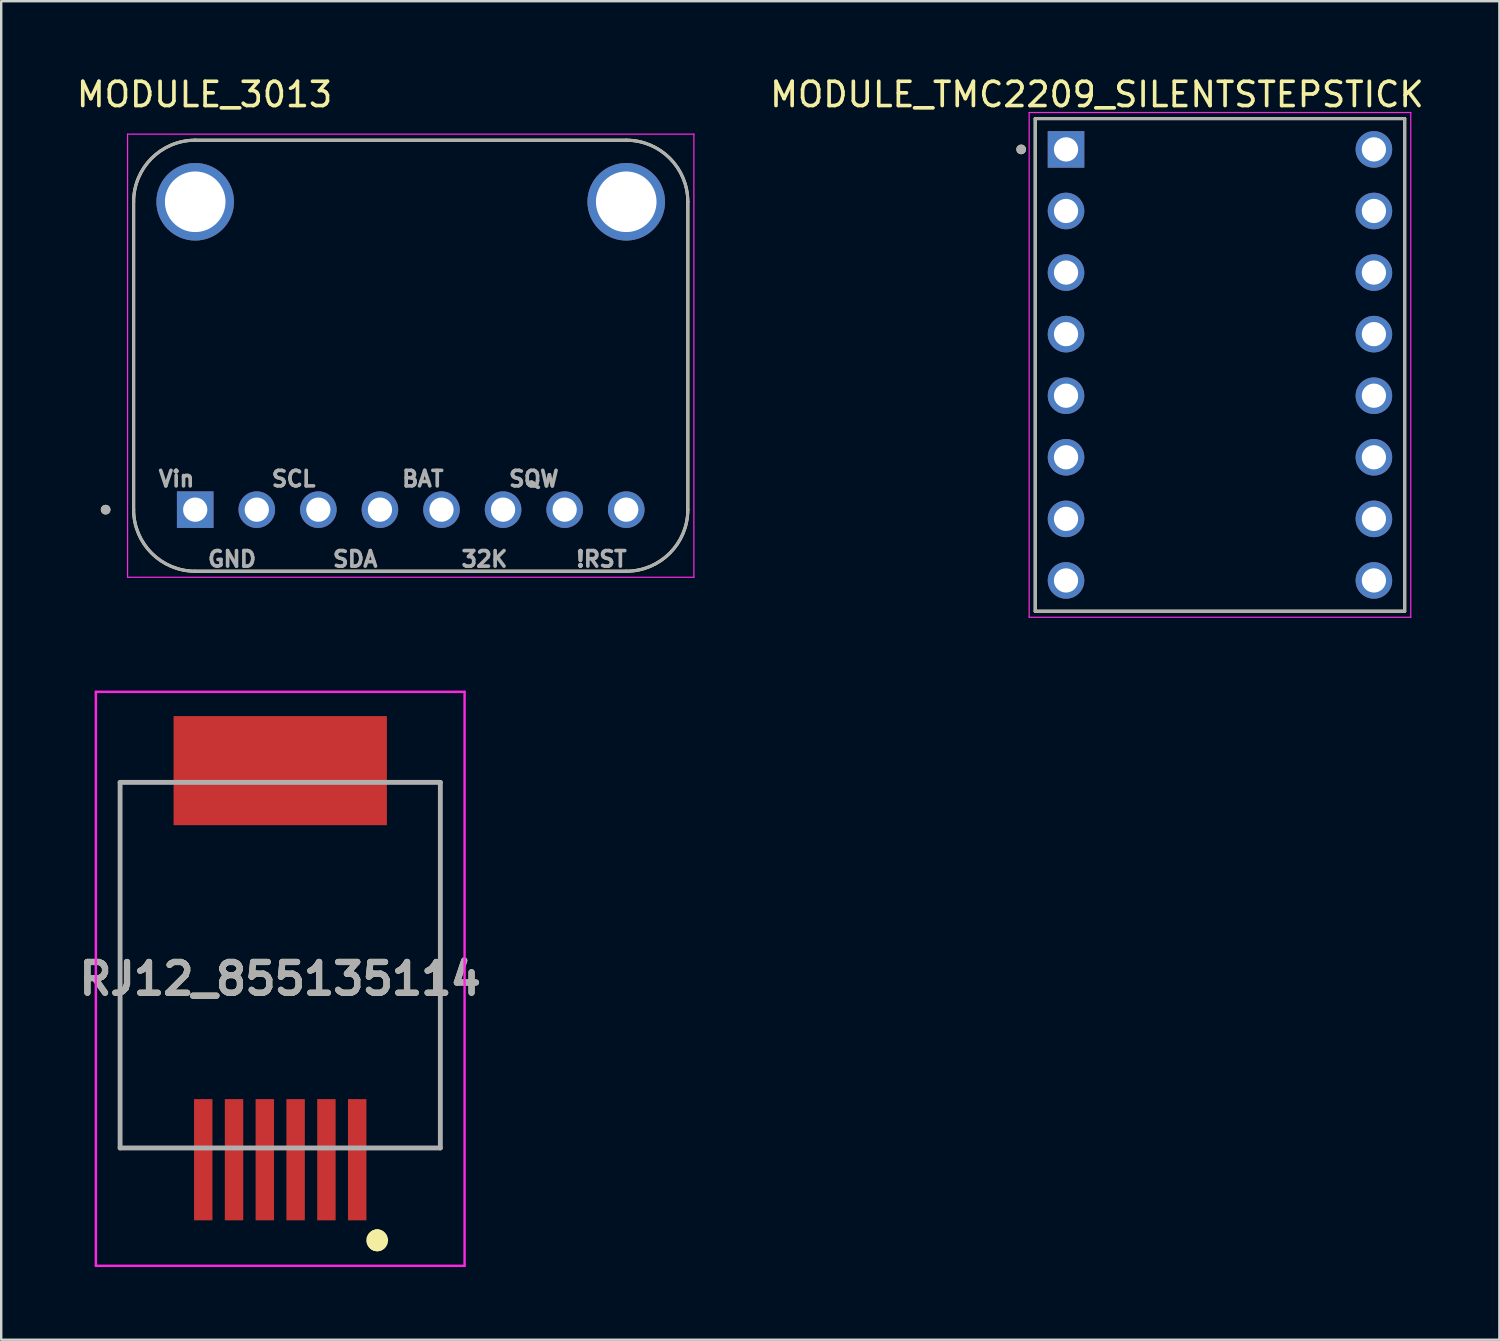
<source format=kicad_pcb>
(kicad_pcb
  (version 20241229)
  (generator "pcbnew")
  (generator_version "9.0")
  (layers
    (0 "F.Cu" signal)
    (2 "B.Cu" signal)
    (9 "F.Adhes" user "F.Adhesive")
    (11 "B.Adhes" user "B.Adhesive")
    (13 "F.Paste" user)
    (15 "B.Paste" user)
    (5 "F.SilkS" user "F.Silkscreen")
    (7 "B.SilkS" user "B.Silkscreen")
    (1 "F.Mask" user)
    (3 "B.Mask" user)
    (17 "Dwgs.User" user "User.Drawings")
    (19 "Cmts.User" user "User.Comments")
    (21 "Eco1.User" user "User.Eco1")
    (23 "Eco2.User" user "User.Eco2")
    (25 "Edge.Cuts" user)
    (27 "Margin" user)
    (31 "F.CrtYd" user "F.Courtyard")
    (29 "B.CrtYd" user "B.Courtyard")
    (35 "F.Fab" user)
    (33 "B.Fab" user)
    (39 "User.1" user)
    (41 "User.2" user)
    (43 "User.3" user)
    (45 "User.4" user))
  (footprint "MODULE_3013"
    (layer "F.Cu")
    (at 13.892 11.623)
    (property "Reference" "MODULE_3013" (at -8.505 -10.775 0) (layer "F.SilkS") (effects (font (size 1 1) (thickness 0.15))))
    (attr through_hole)
    (fp_line (start -11.43 6.35) (end -11.43 -6.35) (stroke (width 0.127) (type solid)) (layer "F.SilkS"))
    (fp_line (start -8.89 -8.89) (end 8.89 -8.89) (stroke (width 0.127) (type solid)) (layer "F.SilkS"))
    (fp_line (start 8.89 8.89) (end -8.89 8.89) (stroke (width 0.127) (type solid)) (layer "F.SilkS"))
    (fp_line (start 11.43 -6.35) (end 11.43 6.35) (stroke (width 0.127) (type solid)) (layer "F.SilkS"))
    (fp_arc (start -11.43 -6.35) (mid -10.686051 -8.146051) (end -8.89 -8.89) (stroke (width 0.127) (type solid)) (layer "F.SilkS"))
    (fp_arc (start -8.89 8.89) (mid -10.686051 8.146051) (end -11.43 6.35) (stroke (width 0.127) (type solid)) (layer "F.SilkS"))
    (fp_arc (start 8.89 -8.89) (mid 10.686051 -8.146051) (end 11.43 -6.35) (stroke (width 0.127) (type solid)) (layer "F.SilkS"))
    (fp_arc (start 11.43 6.35) (mid 10.686051 8.146051) (end 8.89 8.89) (stroke (width 0.127) (type solid)) (layer "F.SilkS"))
    (fp_circle (center -12.585 6.35) (end -12.485 6.35) (stroke (width 0.2) (type solid)) (fill no) (layer "F.SilkS"))
    (fp_line (start -11.68 -9.14) (end -11.68 9.14) (stroke (width 0.05) (type solid)) (layer "F.CrtYd"))
    (fp_line (start -11.68 9.14) (end 11.68 9.14) (stroke (width 0.05) (type solid)) (layer "F.CrtYd"))
    (fp_line (start 11.68 -9.14) (end -11.68 -9.14) (stroke (width 0.05) (type solid)) (layer "F.CrtYd"))
    (fp_line (start 11.68 9.14) (end 11.68 -9.14) (stroke (width 0.05) (type solid)) (layer "F.CrtYd"))
    (fp_line (start -11.43 6.35) (end -11.43 -6.35) (stroke (width 0.127) (type solid)) (layer "F.Fab"))
    (fp_line (start -8.89 -8.89) (end 8.89 -8.89) (stroke (width 0.127) (type solid)) (layer "F.Fab"))
    (fp_line (start 8.89 8.89) (end -8.89 8.89) (stroke (width 0.127) (type solid)) (layer "F.Fab"))
    (fp_line (start 11.43 -6.35) (end 11.43 6.35) (stroke (width 0.127) (type solid)) (layer "F.Fab"))
    (fp_arc (start -11.43 -6.35) (mid -10.686051 -8.146051) (end -8.89 -8.89) (stroke (width 0.127) (type solid)) (layer "F.Fab"))
    (fp_arc (start -8.89 8.89) (mid -10.686051 8.146051) (end -11.43 6.35) (stroke (width 0.127) (type solid)) (layer "F.Fab"))
    (fp_arc (start 8.89 -8.89) (mid 10.686051 -8.146051) (end 11.43 -6.35) (stroke (width 0.127) (type solid)) (layer "F.Fab"))
    (fp_arc (start 11.43 6.35) (mid 10.686051 8.146051) (end 8.89 8.89) (stroke (width 0.127) (type solid)) (layer "F.Fab"))
    (fp_circle (center -12.585 6.35) (end -12.485 6.35) (stroke (width 0.2) (type solid)) (fill no) (layer "F.Fab"))
    (fp_text user "SDA" (at -2.29 8.39 0) (layer "F.Fab") (effects (font (size 0.64 0.64) (thickness 0.15))))
    (fp_text user "SQW" (at 5.08 5.08 0) (layer "F.Fab") (effects (font (size 0.64 0.64) (thickness 0.15))))
    (fp_text user "!RST" (at 7.87 8.39 0) (layer "F.Fab") (effects (font (size 0.64 0.64) (thickness 0.15))))
    (fp_text user "BAT" (at 0.5 5.08 0) (layer "F.Fab") (effects (font (size 0.64 0.64) (thickness 0.15))))
    (fp_text user "32K" (at 3.04 8.39 0) (layer "F.Fab") (effects (font (size 0.64 0.64) (thickness 0.15))))
    (fp_text user "Vin" (at -9.66 5.08 0) (layer "F.Fab") (effects (font (size 0.64 0.64) (thickness 0.15))))
    (fp_text user "GND" (at -7.37 8.39 0) (layer "F.Fab") (effects (font (size 0.64 0.64) (thickness 0.15))))
    (fp_text user "SCL" (at -4.83 5.08 0) (layer "F.Fab") (effects (font (size 0.64 0.64) (thickness 0.15))))
    (pad "1" thru_hole rect (at -8.89 6.35) (size 1.508 1.508) (drill 1) (layers "*.Cu" "*.Mask"))
    (pad "2" thru_hole circle (at -6.35 6.35) (size 1.508 1.508) (drill 1) (layers "*.Cu" "*.Mask"))
    (pad "3" thru_hole circle (at -3.81 6.35) (size 1.508 1.508) (drill 1) (layers "*.Cu" "*.Mask"))
    (pad "4" thru_hole circle (at -1.27 6.35) (size 1.508 1.508) (drill 1) (layers "*.Cu" "*.Mask"))
    (pad "5" thru_hole circle (at 1.27 6.35) (size 1.508 1.508) (drill 1) (layers "*.Cu" "*.Mask"))
    (pad "6" thru_hole circle (at 3.81 6.35) (size 1.508 1.508) (drill 1) (layers "*.Cu" "*.Mask"))
    (pad "7" thru_hole circle (at 6.35 6.35) (size 1.508 1.508) (drill 1) (layers "*.Cu" "*.Mask"))
    (pad "8" thru_hole circle (at 8.89 6.35) (size 1.508 1.508) (drill 1) (layers "*.Cu" "*.Mask"))
    (pad "SH1" thru_hole circle (at -8.89 -6.35) (size 3.2 3.2) (drill 2.5) (layers "*.Cu" "*.Mask"))
    (pad "SH2" thru_hole circle (at 8.89 -6.35) (size 3.2 3.2) (drill 2.5) (layers "*.Cu" "*.Mask")))
  (footprint "RJ12_855135114"
    (layer "F.Cu")
    (at 8.509 36.763)
    (property "Reference" "RJ12_855135114" (at 0 0.563 0) (layer "F.SilkS") (effects (font (size 1.27 1.27) (thickness 0.254))))
    (attr smd)
    (fp_line (start -6.605 -7.54) (end -6.605 7.54) (stroke (width 0.1) (type solid)) (layer "F.SilkS"))
    (fp_line (start -6.605 7.54) (end -4 7.54) (stroke (width 0.1) (type solid)) (layer "F.SilkS"))
    (fp_line (start -5 -7.54) (end -6.605 -7.54) (stroke (width 0.1) (type solid)) (layer "F.SilkS"))
    (fp_line (start 4 11.3) (end 4 11.3) (stroke (width 0.8) (type solid)) (layer "F.SilkS"))
    (fp_line (start 4 11.4) (end 4 11.4) (stroke (width 0.8) (type solid)) (layer "F.SilkS"))
    (fp_line (start 5 -7.54) (end 6.605 -7.54) (stroke (width 0.1) (type solid)) (layer "F.SilkS"))
    (fp_line (start 6.605 -7.54) (end 6.605 7.54) (stroke (width 0.1) (type solid)) (layer "F.SilkS"))
    (fp_line (start 6.605 7.54) (end 4 7.54) (stroke (width 0.1) (type solid)) (layer "F.SilkS"))
    (fp_arc (start 4 11.3) (mid 4.05 11.35) (end 4 11.4) (stroke (width 0.8) (type solid)) (layer "F.SilkS"))
    (fp_arc (start 4 11.4) (mid 3.95 11.35) (end 4 11.3) (stroke (width 0.8) (type solid)) (layer "F.SilkS"))
    (fp_line (start -7.605 -11.275) (end 7.605 -11.275) (stroke (width 0.1) (type solid)) (layer "F.CrtYd"))
    (fp_line (start -7.605 12.4) (end -7.605 -11.275) (stroke (width 0.1) (type solid)) (layer "F.CrtYd"))
    (fp_line (start 7.605 -11.275) (end 7.605 12.4) (stroke (width 0.1) (type solid)) (layer "F.CrtYd"))
    (fp_line (start 7.605 12.4) (end -7.605 12.4) (stroke (width 0.1) (type solid)) (layer "F.CrtYd"))
    (fp_line (start -6.605 -7.54) (end 6.605 -7.54) (stroke (width 0.2) (type solid)) (layer "F.Fab"))
    (fp_line (start -6.605 7.54) (end -6.605 -7.54) (stroke (width 0.2) (type solid)) (layer "F.Fab"))
    (fp_line (start 6.605 -7.54) (end 6.605 7.54) (stroke (width 0.2) (type solid)) (layer "F.Fab"))
    (fp_line (start 6.605 7.54) (end -6.605 7.54) (stroke (width 0.2) (type solid)) (layer "F.Fab"))
    (fp_text user "${REFERENCE}" (at 0 0.563 0) (layer "F.Fab") (effects (font (size 1.27 1.27) (thickness 0.254))))
    (pad "1" smd rect (at 3.175 8.025) (size 0.76 5) (layers "F.Cu" "F.Mask" "F.Paste"))
    (pad "2" smd rect (at 1.905 8.025) (size 0.76 5) (layers "F.Cu" "F.Mask" "F.Paste"))
    (pad "3" smd rect (at 0.635 8.025) (size 0.76 5) (layers "F.Cu" "F.Mask" "F.Paste"))
    (pad "4" smd rect (at -0.635 8.025) (size 0.76 5) (layers "F.Cu" "F.Mask" "F.Paste"))
    (pad "5" smd rect (at -1.905 8.025) (size 0.76 5) (layers "F.Cu" "F.Mask" "F.Paste"))
    (pad "6" smd rect (at -3.175 8.025) (size 0.76 5) (layers "F.Cu" "F.Mask" "F.Paste"))
    (pad "MP1" smd rect (at 0 -8.025 90) (size 4.5 8.8) (layers "F.Cu" "F.Mask" "F.Paste")))
  (footprint "MODULE_TMC2209_SILENTSTEPSTICK"
    (layer "F.Cu")
    (at 47.273 12.003)
    (property "Reference" "MODULE_TMC2209_SILENTSTEPSTICK" (at -5.075 -11.155 0) (layer "F.SilkS") (effects (font (size 1 1) (thickness 0.15))))
    (attr through_hole)
    (fp_line (start -7.62 -10.16) (end 7.62 -10.16) (stroke (width 0.127) (type solid)) (layer "F.SilkS"))
    (fp_line (start -7.62 10.16) (end -7.62 -10.16) (stroke (width 0.127) (type solid)) (layer "F.SilkS"))
    (fp_line (start 7.62 -10.16) (end 7.62 10.16) (stroke (width 0.127) (type solid)) (layer "F.SilkS"))
    (fp_line (start 7.62 10.16) (end -7.62 10.16) (stroke (width 0.127) (type solid)) (layer "F.SilkS"))
    (fp_circle (center -8.2 -8.89) (end -8.1 -8.89) (stroke (width 0.2) (type solid)) (fill no) (layer "F.SilkS"))
    (fp_line (start -7.87 -10.41) (end 7.87 -10.41) (stroke (width 0.05) (type solid)) (layer "F.CrtYd"))
    (fp_line (start -7.87 10.41) (end -7.87 -10.41) (stroke (width 0.05) (type solid)) (layer "F.CrtYd"))
    (fp_line (start 7.87 -10.41) (end 7.87 10.41) (stroke (width 0.05) (type solid)) (layer "F.CrtYd"))
    (fp_line (start 7.87 10.41) (end -7.87 10.41) (stroke (width 0.05) (type solid)) (layer "F.CrtYd"))
    (fp_line (start -7.62 -10.16) (end 7.62 -10.16) (stroke (width 0.127) (type solid)) (layer "F.Fab"))
    (fp_line (start -7.62 10.16) (end -7.62 -10.16) (stroke (width 0.127) (type solid)) (layer "F.Fab"))
    (fp_line (start 7.62 -10.16) (end 7.62 10.16) (stroke (width 0.127) (type solid)) (layer "F.Fab"))
    (fp_line (start 7.62 10.16) (end -7.62 10.16) (stroke (width 0.127) (type solid)) (layer "F.Fab"))
    (fp_circle (center -8.2 -8.89) (end -8.1 -8.89) (stroke (width 0.2) (type solid)) (fill no) (layer "F.Fab"))
    (pad "1" thru_hole rect (at -6.35 -8.89) (size 1.508 1.508) (drill 1) (layers "*.Cu" "*.Mask"))
    (pad "2" thru_hole circle (at -6.35 -6.35) (size 1.508 1.508) (drill 1) (layers "*.Cu" "*.Mask"))
    (pad "3" thru_hole circle (at -6.35 -3.81) (size 1.508 1.508) (drill 1) (layers "*.Cu" "*.Mask"))
    (pad "4" thru_hole circle (at -6.35 -1.27) (size 1.508 1.508) (drill 1) (layers "*.Cu" "*.Mask"))
    (pad "5" thru_hole circle (at -6.35 1.27) (size 1.508 1.508) (drill 1) (layers "*.Cu" "*.Mask"))
    (pad "6" thru_hole circle (at -6.35 3.81) (size 1.508 1.508) (drill 1) (layers "*.Cu" "*.Mask"))
    (pad "7" thru_hole circle (at -6.35 6.35) (size 1.508 1.508) (drill 1) (layers "*.Cu" "*.Mask"))
    (pad "8" thru_hole circle (at -6.35 8.89) (size 1.508 1.508) (drill 1) (layers "*.Cu" "*.Mask"))
    (pad "9" thru_hole circle (at 6.35 -8.89) (size 1.508 1.508) (drill 1) (layers "*.Cu" "*.Mask"))
    (pad "10" thru_hole circle (at 6.35 -6.35) (size 1.508 1.508) (drill 1) (layers "*.Cu" "*.Mask"))
    (pad "11" thru_hole circle (at 6.35 -3.81) (size 1.508 1.508) (drill 1) (layers "*.Cu" "*.Mask"))
    (pad "12" thru_hole circle (at 6.35 -1.27) (size 1.508 1.508) (drill 1) (layers "*.Cu" "*.Mask"))
    (pad "13" thru_hole circle (at 6.35 1.27) (size 1.508 1.508) (drill 1) (layers "*.Cu" "*.Mask"))
    (pad "14" thru_hole circle (at 6.35 3.81) (size 1.508 1.508) (drill 1) (layers "*.Cu" "*.Mask"))
    (pad "15" thru_hole circle (at 6.35 6.35) (size 1.508 1.508) (drill 1) (layers "*.Cu" "*.Mask"))
    (pad "16" thru_hole circle (at 6.35 8.89) (size 1.508 1.508) (drill 1) (layers "*.Cu" "*.Mask")))
  (gr_rect
    (start -3 -3)
    (end 58.799 52.213)
    (stroke (width 0.1) (type default))
    (fill no)
    (layer "Edge.Cuts")))
</source>
